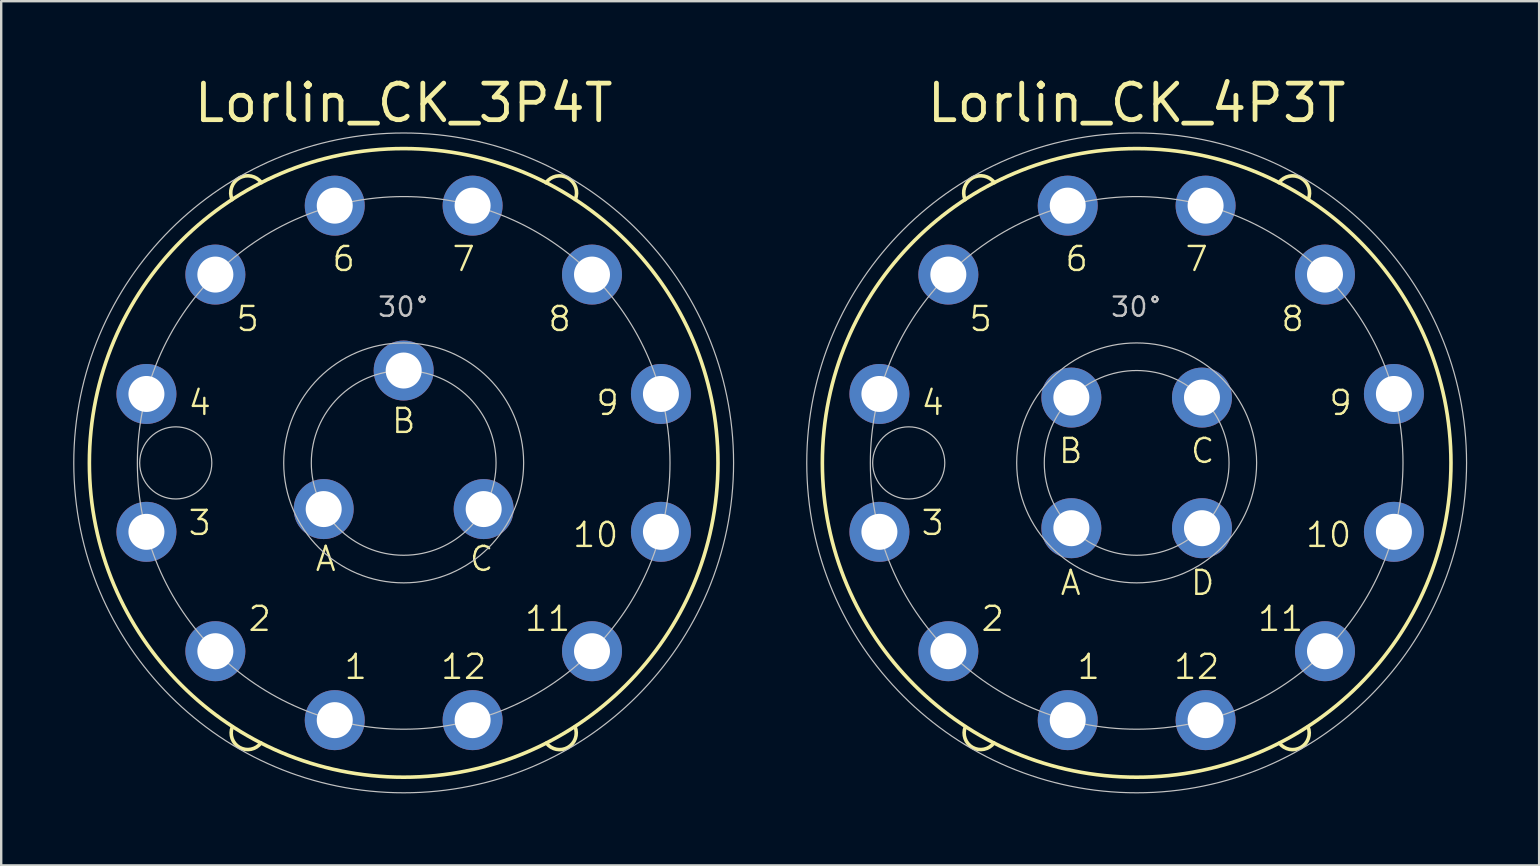
<source format=kicad_pcb>
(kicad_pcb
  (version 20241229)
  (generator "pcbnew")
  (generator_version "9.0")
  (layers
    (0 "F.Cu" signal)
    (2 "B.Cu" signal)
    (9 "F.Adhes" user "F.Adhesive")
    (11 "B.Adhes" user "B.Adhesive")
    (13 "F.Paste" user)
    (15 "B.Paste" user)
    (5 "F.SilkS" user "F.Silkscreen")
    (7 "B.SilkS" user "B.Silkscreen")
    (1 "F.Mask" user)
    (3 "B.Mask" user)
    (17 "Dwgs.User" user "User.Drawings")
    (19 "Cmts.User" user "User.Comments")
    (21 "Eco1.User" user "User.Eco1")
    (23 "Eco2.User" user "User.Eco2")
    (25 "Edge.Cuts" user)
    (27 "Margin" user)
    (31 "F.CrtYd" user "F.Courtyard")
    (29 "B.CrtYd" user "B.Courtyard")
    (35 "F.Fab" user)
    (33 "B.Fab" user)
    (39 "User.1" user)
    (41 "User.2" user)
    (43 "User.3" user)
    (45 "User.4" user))
  (footprint "Lorlin_CK_4P3T"
    (layer "F.Cu")
    (at 44.325 16.243)
    (property "Reference" "Lorlin_CK_4P3T" (at 0 -15 0) (layer "F.SilkS") (effects (font (size 1.524 1.524) (thickness 0.2))))
    (attr through_hole)
    (fp_arc (start -7.150631 -10.975753) (mid -6.854424 -11.872303) (end -5.93 -11.68) (stroke (width 0.15) (type solid)) (layer "F.SilkS"))
    (fp_arc (start -5.947722 11.671706) (mid -6.838705 11.859201) (end -7.14 11) (stroke (width 0.15) (type solid)) (layer "F.SilkS"))
    (fp_arc (start 5.93252 -11.679604) (mid 6.852227 -11.87096) (end 7.15 -10.98) (stroke (width 0.15) (type solid)) (layer "F.SilkS"))
    (fp_arc (start 7.142964 10.998805) (mid 6.843755 11.860011) (end 5.95 11.68) (stroke (width 0.15) (type solid)) (layer "F.SilkS"))
    (fp_circle (center 0 0) (end 13.1 0) (stroke (width 0.15) (type solid)) (fill no) (layer "F.SilkS"))
    (fp_circle (center -9.5 0) (end -7.997 0) (stroke (width 0.05) (type solid)) (fill no) (layer "Dwgs.User"))
    (fp_circle (center 0 0) (end 3.85 0) (stroke (width 0.05) (type solid)) (fill no) (layer "Dwgs.User"))
    (fp_circle (center 0 0) (end 5 0) (stroke (width 0.05) (type solid)) (fill no) (layer "Dwgs.User"))
    (fp_circle (center 0 0) (end 11.1 0) (stroke (width 0.05) (type solid)) (fill no) (layer "Dwgs.User"))
    (fp_circle (center 0 0) (end 13.75 0) (stroke (width 0.05) (type solid)) (fill no) (layer "Dwgs.User"))
    (fp_text user "B" (at -2.75 -0.5 0) (layer "F.SilkS") (effects (font (size 1 1) (thickness 0.1))))
    (fp_text user "9" (at 8.5 -2.5 0) (layer "F.SilkS") (effects (font (size 1 1) (thickness 0.1))))
    (fp_text user "8" (at 6.5 -6 0) (layer "F.SilkS") (effects (font (size 1 1) (thickness 0.1))))
    (fp_text user "1" (at -2 8.5 0) (layer "F.SilkS") (effects (font (size 1 1) (thickness 0.1))))
    (fp_text user "5" (at -6.5 -6 0) (layer "F.SilkS") (effects (font (size 1 1) (thickness 0.1))))
    (fp_text user "2" (at -6 6.5 0) (layer "F.SilkS") (effects (font (size 1 1) (thickness 0.1))))
    (fp_text user "7" (at 2.5 -8.5 0) (layer "F.SilkS") (effects (font (size 1 1) (thickness 0.1))))
    (fp_text user "11" (at 6 6.5 0) (layer "F.SilkS") (effects (font (size 1 1) (thickness 0.1))))
    (fp_text user "3" (at -8.5 2.5 0) (layer "F.SilkS") (effects (font (size 1 1) (thickness 0.1))))
    (fp_text user "4" (at -8.5 -2.5 0) (layer "F.SilkS") (effects (font (size 1 1) (thickness 0.1))))
    (fp_text user "D" (at 2.75 5 0) (layer "F.SilkS") (effects (font (size 1 1) (thickness 0.1))))
    (fp_text user "12" (at 2.5 8.5 0) (layer "F.SilkS") (effects (font (size 1 1) (thickness 0.1))))
    (fp_text user "A" (at -2.75 5 0) (layer "F.SilkS") (effects (font (size 1 1) (thickness 0.1))))
    (fp_text user "C" (at 2.75 -0.5 0) (layer "F.SilkS") (effects (font (size 1 1) (thickness 0.1))))
    (fp_text user "6" (at -2.5 -8.5 0) (layer "F.SilkS") (effects (font (size 1 1) (thickness 0.1))))
    (fp_text user "10" (at 8 3 0) (layer "F.SilkS") (effects (font (size 1 1) (thickness 0.1))))
    (fp_text user "30°" (at 0 -6.5 0) (layer "Dwgs.User") (effects (font (size 0.8 0.8) (thickness 0.1))))
    (pad "1" thru_hole circle (at -2.873 10.722) (size 2.5 2.5) (drill 1.5) (layers "*.Cu" "*.Mask"))
    (pad "2" thru_hole circle (at -7.849 7.849) (size 2.5 2.5) (drill 1.5) (layers "*.Cu" "*.Mask"))
    (pad "3" thru_hole circle (at -10.722 2.873) (size 2.5 2.5) (drill 1.5) (layers "*.Cu" "*.Mask"))
    (pad "4" thru_hole circle (at -10.722 -2.873) (size 2.5 2.5) (drill 1.5) (layers "*.Cu" "*.Mask"))
    (pad "5" thru_hole circle (at -7.849 -7.849) (size 2.5 2.5) (drill 1.5) (layers "*.Cu" "*.Mask"))
    (pad "6" thru_hole circle (at -2.873 -10.722) (size 2.5 2.5) (drill 1.5) (layers "*.Cu" "*.Mask"))
    (pad "7" thru_hole circle (at 2.873 -10.722) (size 2.5 2.5) (drill 1.5) (layers "*.Cu" "*.Mask"))
    (pad "8" thru_hole circle (at 7.849 -7.849) (size 2.5 2.5) (drill 1.5) (layers "*.Cu" "*.Mask"))
    (pad "9" thru_hole circle (at 10.722 -2.873) (size 2.5 2.5) (drill 1.5) (layers "*.Cu" "*.Mask"))
    (pad "10" thru_hole circle (at 10.722 2.873) (size 2.5 2.5) (drill 1.5) (layers "*.Cu" "*.Mask"))
    (pad "11" thru_hole circle (at 7.849 7.849) (size 2.5 2.5) (drill 1.5) (layers "*.Cu" "*.Mask"))
    (pad "12" thru_hole circle (at 2.873 10.722) (size 2.5 2.5) (drill 1.5) (layers "*.Cu" "*.Mask"))
    (pad "13" thru_hole circle (at -2.722 2.722) (size 2.5 2.5) (drill 1.5) (layers "*.Cu" "*.Mask"))
    (pad "14" thru_hole circle (at -2.722 -2.722) (size 2.5 2.5) (drill 1.5) (layers "*.Cu" "*.Mask"))
    (pad "15" thru_hole circle (at 2.722 -2.722) (size 2.5 2.5) (drill 1.5) (layers "*.Cu" "*.Mask"))
    (pad "16" thru_hole circle (at 2.722 2.722) (size 2.5 2.5) (drill 1.5) (layers "*.Cu" "*.Mask")))
  (footprint "Lorlin_CK_3P4T"
    (layer "F.Cu")
    (at 13.775 16.243)
    (property "Reference" "Lorlin_CK_3P4T" (at 0 -15 0) (layer "F.SilkS") (effects (font (size 1.524 1.524) (thickness 0.2))))
    (attr through_hole)
    (fp_arc (start -7.150631 -10.975753) (mid -6.854424 -11.872303) (end -5.93 -11.68) (stroke (width 0.15) (type solid)) (layer "F.SilkS"))
    (fp_arc (start -5.947722 11.671706) (mid -6.838705 11.859201) (end -7.14 11) (stroke (width 0.15) (type solid)) (layer "F.SilkS"))
    (fp_arc (start 5.93252 -11.679604) (mid 6.852227 -11.87096) (end 7.15 -10.98) (stroke (width 0.15) (type solid)) (layer "F.SilkS"))
    (fp_arc (start 7.142964 10.998805) (mid 6.843755 11.860011) (end 5.95 11.68) (stroke (width 0.15) (type solid)) (layer "F.SilkS"))
    (fp_circle (center 0 0) (end 13.1 0) (stroke (width 0.15) (type solid)) (fill no) (layer "F.SilkS"))
    (fp_circle (center -9.5 0) (end -7.997 0) (stroke (width 0.05) (type solid)) (fill no) (layer "Dwgs.User"))
    (fp_circle (center 0 0) (end 3.85 0) (stroke (width 0.05) (type solid)) (fill no) (layer "Dwgs.User"))
    (fp_circle (center 0 0) (end 5 0) (stroke (width 0.05) (type solid)) (fill no) (layer "Dwgs.User"))
    (fp_circle (center 0 0) (end 11.1 0) (stroke (width 0.05) (type solid)) (fill no) (layer "Dwgs.User"))
    (fp_circle (center 0 0) (end 13.75 0) (stroke (width 0.05) (type solid)) (fill no) (layer "Dwgs.User"))
    (fp_text user "7" (at 2.5 -8.5 0) (layer "F.SilkS") (effects (font (size 1 1) (thickness 0.1))))
    (fp_text user "2" (at -6 6.5 0) (layer "F.SilkS") (effects (font (size 1 1) (thickness 0.1))))
    (fp_text user "10" (at 8 3 0) (layer "F.SilkS") (effects (font (size 1 1) (thickness 0.1))))
    (fp_text user "9" (at 8.5 -2.5 0) (layer "F.SilkS") (effects (font (size 1 1) (thickness 0.1))))
    (fp_text user "6" (at -2.5 -8.5 0) (layer "F.SilkS") (effects (font (size 1 1) (thickness 0.1))))
    (fp_text user "B" (at 0 -1.75 0) (layer "F.SilkS") (effects (font (size 1 1) (thickness 0.1))))
    (fp_text user "3" (at -8.5 2.5 0) (layer "F.SilkS") (effects (font (size 1 1) (thickness 0.1))))
    (fp_text user "1" (at -2 8.5 0) (layer "F.SilkS") (effects (font (size 1 1) (thickness 0.1))))
    (fp_text user "8" (at 6.5 -6 0) (layer "F.SilkS") (effects (font (size 1 1) (thickness 0.1))))
    (fp_text user "12" (at 2.5 8.5 0) (layer "F.SilkS") (effects (font (size 1 1) (thickness 0.1))))
    (fp_text user "11" (at 6 6.5 0) (layer "F.SilkS") (effects (font (size 1 1) (thickness 0.1))))
    (fp_text user "A" (at -3.25 4 0) (layer "F.SilkS") (effects (font (size 1 1) (thickness 0.1))))
    (fp_text user "C" (at 3.25 4 0) (layer "F.SilkS") (effects (font (size 1 1) (thickness 0.1))))
    (fp_text user "5" (at -6.5 -6 0) (layer "F.SilkS") (effects (font (size 1 1) (thickness 0.1))))
    (fp_text user "4" (at -8.5 -2.5 0) (layer "F.SilkS") (effects (font (size 1 1) (thickness 0.1))))
    (fp_text user "30°" (at 0 -6.5 0) (layer "Dwgs.User") (effects (font (size 0.8 0.8) (thickness 0.1))))
    (pad "1" thru_hole circle (at -2.873 10.722) (size 2.5 2.5) (drill 1.5) (layers "*.Cu" "*.Mask"))
    (pad "2" thru_hole circle (at -7.849 7.849) (size 2.5 2.5) (drill 1.5) (layers "*.Cu" "*.Mask"))
    (pad "3" thru_hole circle (at -10.722 2.873) (size 2.5 2.5) (drill 1.5) (layers "*.Cu" "*.Mask"))
    (pad "4" thru_hole circle (at -10.722 -2.873) (size 2.5 2.5) (drill 1.5) (layers "*.Cu" "*.Mask"))
    (pad "5" thru_hole circle (at -7.849 -7.849) (size 2.5 2.5) (drill 1.5) (layers "*.Cu" "*.Mask"))
    (pad "6" thru_hole circle (at -2.873 -10.722) (size 2.5 2.5) (drill 1.5) (layers "*.Cu" "*.Mask"))
    (pad "7" thru_hole circle (at 2.873 -10.722) (size 2.5 2.5) (drill 1.5) (layers "*.Cu" "*.Mask"))
    (pad "8" thru_hole circle (at 7.849 -7.849) (size 2.5 2.5) (drill 1.5) (layers "*.Cu" "*.Mask"))
    (pad "9" thru_hole circle (at 10.722 -2.873) (size 2.5 2.5) (drill 1.5) (layers "*.Cu" "*.Mask"))
    (pad "10" thru_hole circle (at 10.722 2.873) (size 2.5 2.5) (drill 1.5) (layers "*.Cu" "*.Mask"))
    (pad "11" thru_hole circle (at 7.849 7.849) (size 2.5 2.5) (drill 1.5) (layers "*.Cu" "*.Mask"))
    (pad "12" thru_hole circle (at 2.873 10.722) (size 2.5 2.5) (drill 1.5) (layers "*.Cu" "*.Mask"))
    (pad "13" thru_hole circle (at -3.334 1.925) (size 2.5 2.5) (drill 1.5) (layers "*.Cu" "*.Mask"))
    (pad "14" thru_hole circle (at 0 -3.85) (size 2.5 2.5) (drill 1.5) (layers "*.Cu" "*.Mask"))
    (pad "15" thru_hole circle (at 3.334 1.925) (size 2.5 2.5) (drill 1.5) (layers "*.Cu" "*.Mask")))
  (gr_rect
    (start -3 -3)
    (end 61.1 33.018)
    (stroke (width 0.1) (type default))
    (fill no)
    (layer "Edge.Cuts")))
</source>
